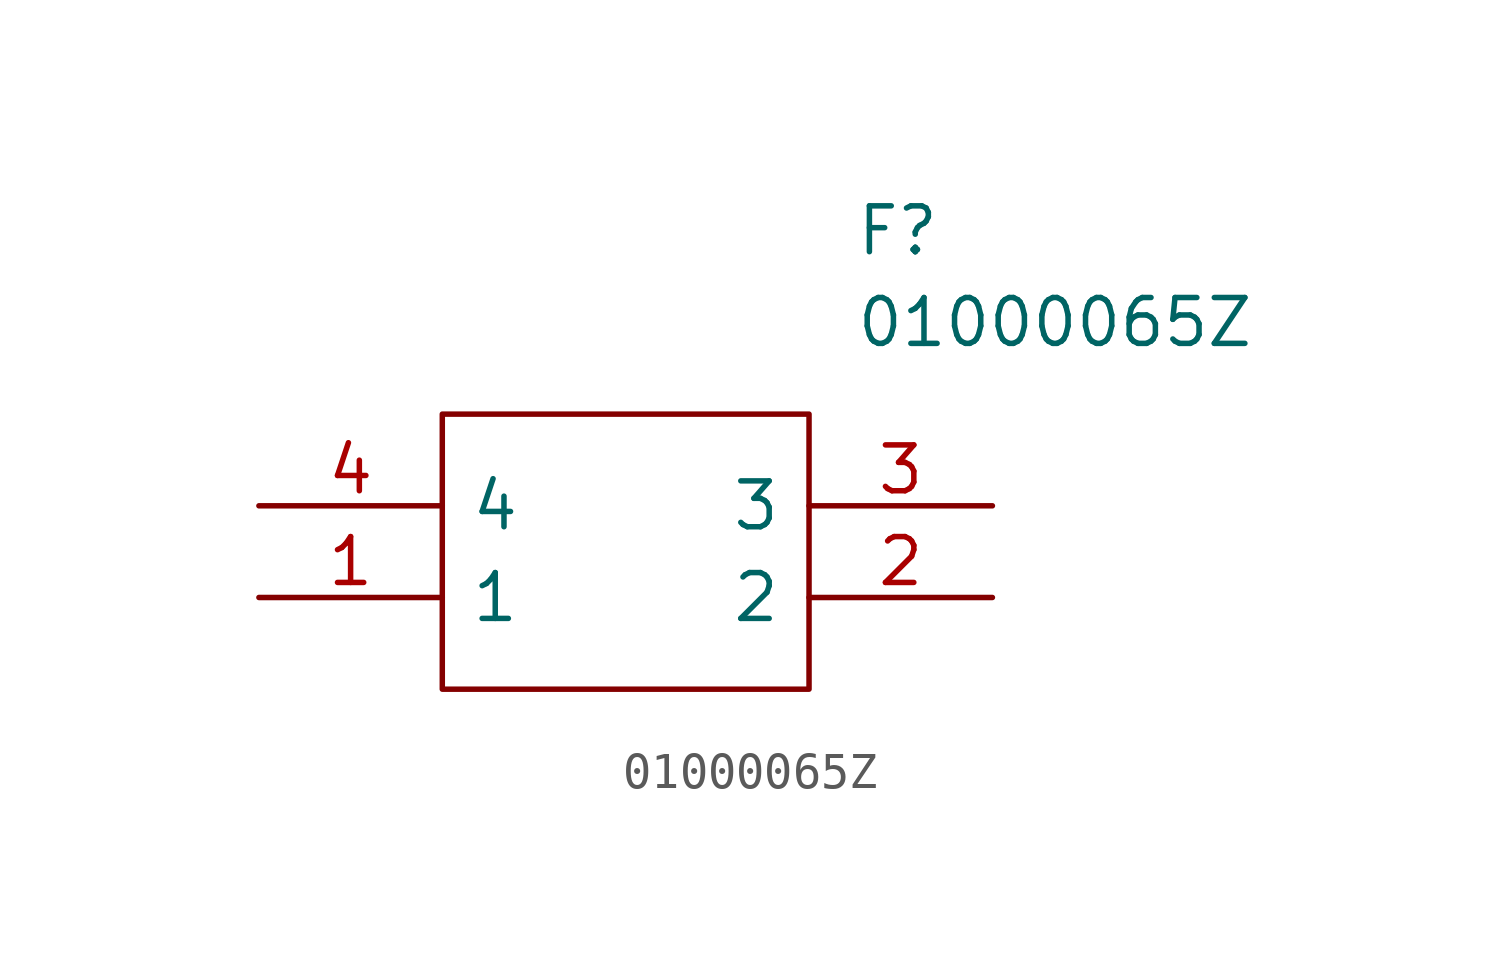
<source format=kicad_sym>
(kicad_symbol_lib
  (version 20211014)
  (generator kicad_symbol_editor)
  (symbol "01000065Z"
    (pin_names
      (offset 0.762))
    (property "Reference" "F"
      (at 16.51 7.62 0)
      (effects (font (size 1.27 1.27)) (justify left)))
    (property "Value" "01000065Z"
      (at 16.51 5.08 0)
      (effects (font (size 1.27 1.27)) (justify left)))
    (symbol "01000065Z_0_0"
      (pin passive line (at 0 -2.54 0) (length 5.08) (name "1" (effects (font (size 1.27 1.27)))) (number "1" (effects (font (size 1.27 1.27)))))
      (pin passive line (at 20.32 -2.54 180) (length 5.08) (name "2" (effects (font (size 1.27 1.27)))) (number "2" (effects (font (size 1.27 1.27)))))
      (pin passive line (at 20.32 0 180) (length 5.08) (name "3" (effects (font (size 1.27 1.27)))) (number "3" (effects (font (size 1.27 1.27)))))
      (pin passive line (at 0 0 0) (length 5.08) (name "4" (effects (font (size 1.27 1.27)))) (number "4" (effects (font (size 1.27 1.27))))))
    (symbol "01000065Z_0_1"
      (polyline (pts (xy 5.08 2.54) (xy 15.24 2.54) (xy 15.24 -5.08) (xy 5.08 -5.08) (xy 5.08 2.54)) (stroke (width 0.152) (type default) (color 0 0 0 0)) (fill (type none))))))
</source>
